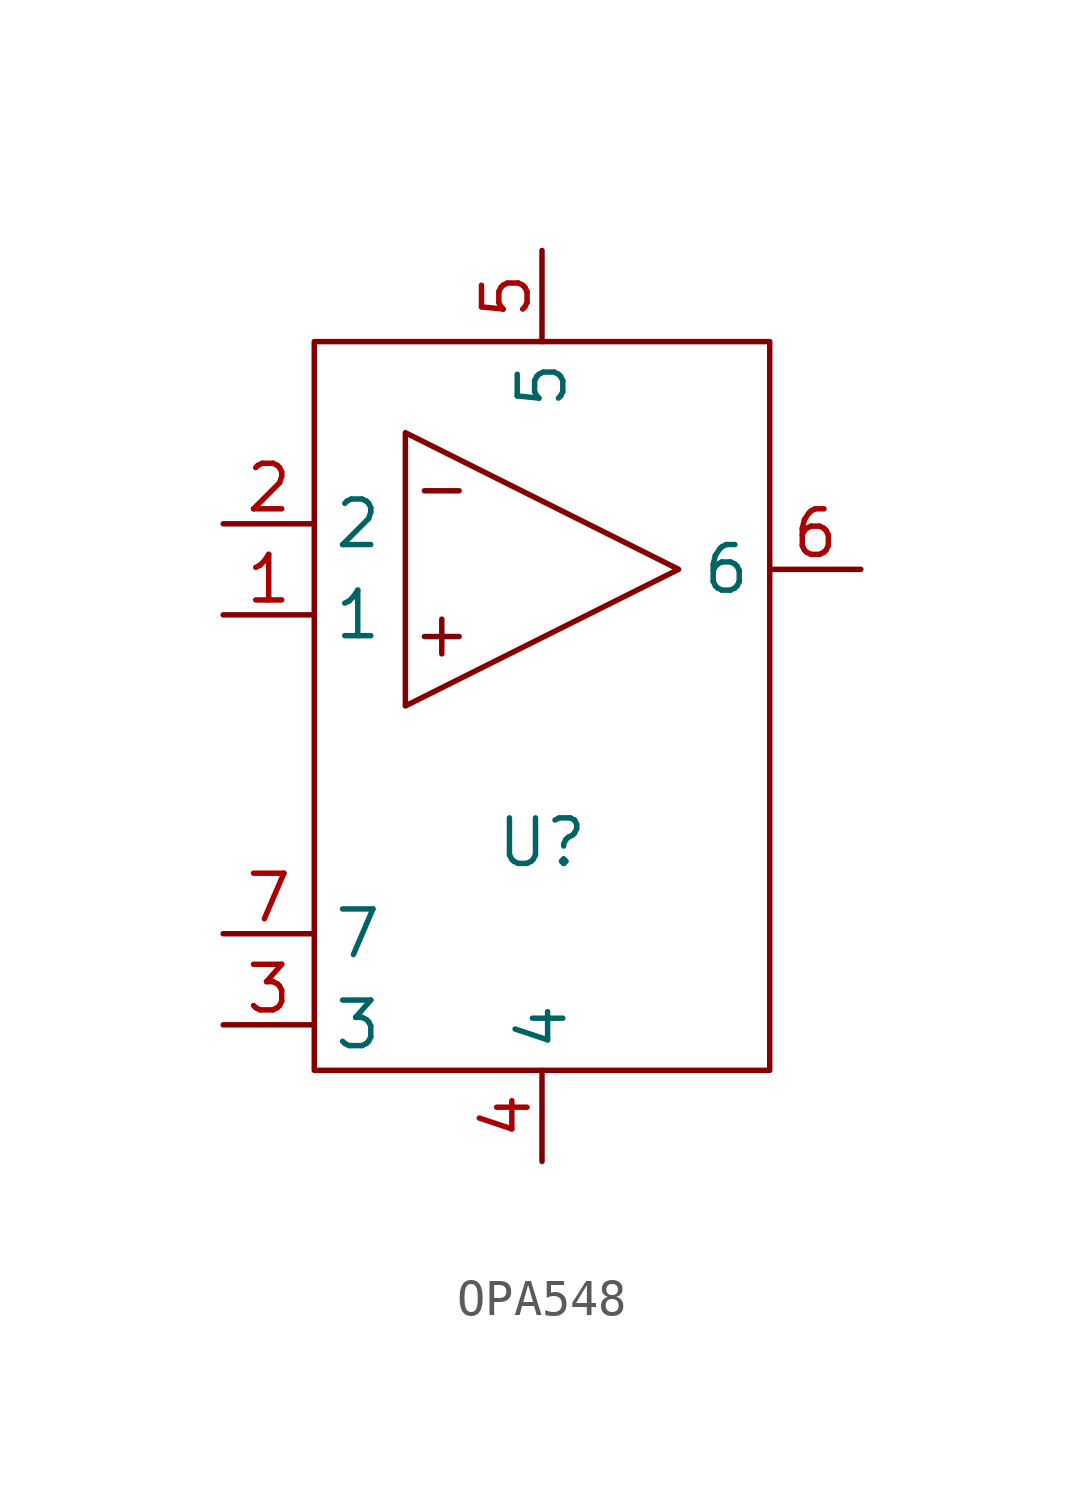
<source format=kicad_sym>
(kicad_symbol_lib
  (version 20231120)
  (generator "kicad_symbol_editor")
  (generator_version "8.0")
  (symbol "OPA548"
    (property "Reference" "U"
      (at 0 0 0)
      (effects (font (size 1.27 1.27))))
    (property "Value" ""
      (at 0 0 0)
      (effects (font (size 1.27 1.27))))
    (symbol "OPA548_0_1"
      (rectangle (start -6.35 13.97) (end 6.35 -6.35) (stroke (width 0) (type default)) (fill (type none)))
      (polyline (pts (xy -3.81 11.43) (xy -3.81 3.81) (xy 3.81 7.62) (xy -3.81 11.43)) (stroke (width 0) (type default)) (fill (type none))))
    (symbol "OPA548_1_1"
      (text "+\n" (at -2.794 5.842 0) (effects (font (size 1.27 1.27))))
      (text "-\n" (at -2.794 9.906 0) (effects (font (size 1.27 1.27))))
      (pin input line (at -8.89 6.35 0) (length 2.54) (name "1" (effects (font (size 1.27 1.27)))) (number "1" (effects (font (size 1.27 1.27)))))
      (pin input line (at -8.89 8.89 0) (length 2.54) (name "2" (effects (font (size 1.27 1.27)))) (number "2" (effects (font (size 1.27 1.27)))))
      (pin input line (at -8.89 -5.08 0) (length 2.54) (name "3" (effects (font (size 1.27 1.27)))) (number "3" (effects (font (size 1.27 1.27)))))
      (pin input line (at 0 -8.89 90) (length 2.54) (name "4" (effects (font (size 1.27 1.27)))) (number "4" (effects (font (size 1.27 1.27)))))
      (pin input line (at 0 16.51 270) (length 2.54) (name "5" (effects (font (size 1.27 1.27)))) (number "5" (effects (font (size 1.27 1.27)))))
      (pin input line (at 8.89 7.62 180) (length 2.54) (name "6" (effects (font (size 1.27 1.27)))) (number "6" (effects (font (size 1.27 1.27)))))
      (pin input line (at -8.89 -2.54 0) (length 2.54) (name "7" (effects (font (size 1.27 1.27)))) (number "7" (effects (font (size 1.27 1.27))))))))
</source>
